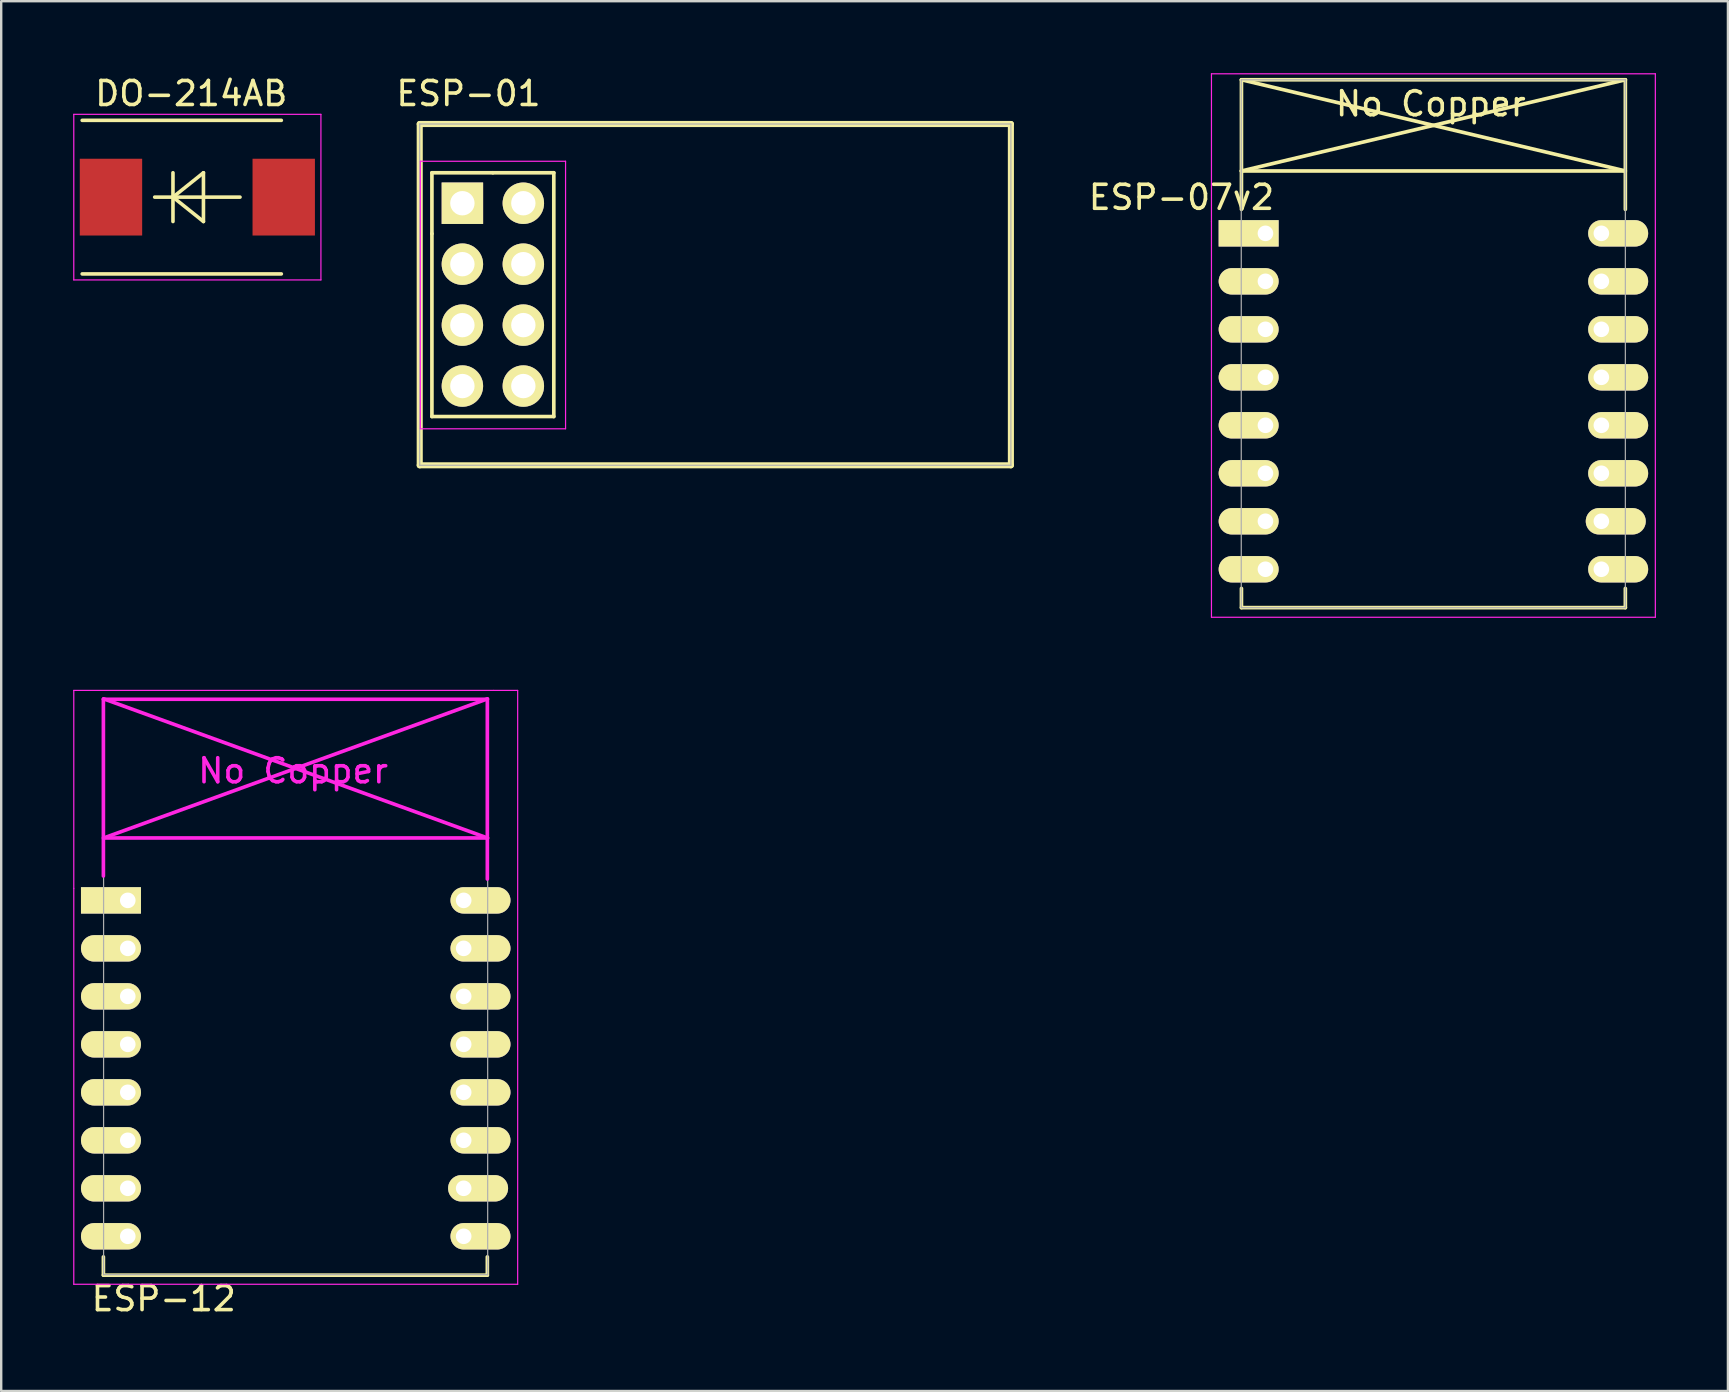
<source format=kicad_pcb>
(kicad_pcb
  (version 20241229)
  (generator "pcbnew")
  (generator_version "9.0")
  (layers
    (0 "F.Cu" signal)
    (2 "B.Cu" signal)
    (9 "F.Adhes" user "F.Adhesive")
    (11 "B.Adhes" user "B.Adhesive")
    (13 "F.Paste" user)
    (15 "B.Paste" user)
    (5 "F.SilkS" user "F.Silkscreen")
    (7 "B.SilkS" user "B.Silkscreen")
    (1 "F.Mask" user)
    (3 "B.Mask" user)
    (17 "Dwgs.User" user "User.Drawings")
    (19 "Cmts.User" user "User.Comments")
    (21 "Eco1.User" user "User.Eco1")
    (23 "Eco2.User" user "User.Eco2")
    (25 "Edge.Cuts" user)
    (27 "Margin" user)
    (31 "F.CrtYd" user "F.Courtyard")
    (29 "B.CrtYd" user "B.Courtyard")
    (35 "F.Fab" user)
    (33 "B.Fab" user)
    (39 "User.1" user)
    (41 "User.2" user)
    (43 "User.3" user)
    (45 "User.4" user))
  (footprint "ESP-01"
    (layer "F.Cu")
    (at 16.221 5.42)
    (property "Reference" "ESP-01" (at 0.254 -4.572 0) (layer "F.SilkS") (effects (font (size 1 1) (thickness 0.15))))
    (attr through_hole)
    (fp_line (start -1.778 -3.302) (end 22.86 -3.302) (stroke (width 0.254) (type solid)) (layer "F.SilkS"))
    (fp_line (start -1.778 10.922) (end -1.778 -3.302) (stroke (width 0.254) (type solid)) (layer "F.SilkS"))
    (fp_line (start -1.27 -1.27) (end -1.27 1.27) (stroke (width 0.152) (type solid)) (layer "F.SilkS"))
    (fp_line (start -1.27 1.27) (end -1.27 8.89) (stroke (width 0.152) (type solid)) (layer "F.SilkS"))
    (fp_line (start -1.27 8.89) (end 3.81 8.89) (stroke (width 0.152) (type solid)) (layer "F.SilkS"))
    (fp_line (start 1.27 -1.27) (end -1.27 -1.27) (stroke (width 0.152) (type solid)) (layer "F.SilkS"))
    (fp_line (start 3.81 -1.27) (end 1.27 -1.27) (stroke (width 0.152) (type solid)) (layer "F.SilkS"))
    (fp_line (start 3.81 8.89) (end 3.81 -1.27) (stroke (width 0.152) (type solid)) (layer "F.SilkS"))
    (fp_line (start 22.86 -3.302) (end 22.86 10.922) (stroke (width 0.254) (type solid)) (layer "F.SilkS"))
    (fp_line (start 22.86 10.922) (end -1.778 10.922) (stroke (width 0.254) (type solid)) (layer "F.SilkS"))
    (fp_line (start -1.75 -1.75) (end -1.75 9.4) (stroke (width 0.05) (type solid)) (layer "F.CrtYd"))
    (fp_line (start -1.75 -1.75) (end 4.3 -1.75) (stroke (width 0.05) (type solid)) (layer "F.CrtYd"))
    (fp_line (start -1.75 9.4) (end 4.3 9.4) (stroke (width 0.05) (type solid)) (layer "F.CrtYd"))
    (fp_line (start 4.3 -1.75) (end 4.3 9.4) (stroke (width 0.05) (type solid)) (layer "F.CrtYd"))
    (fp_line (start -1.778 -3.302) (end 22.86 -3.302) (stroke (width 0.05) (type solid)) (layer "F.Fab"))
    (fp_line (start -1.778 10.922) (end -1.778 -3.302) (stroke (width 0.05) (type solid)) (layer "F.Fab"))
    (fp_line (start 22.86 -3.302) (end 22.86 10.922) (stroke (width 0.05) (type solid)) (layer "F.Fab"))
    (fp_line (start 22.86 10.922) (end -1.778 10.922) (stroke (width 0.05) (type solid)) (layer "F.Fab"))
    (pad "1" thru_hole rect (at 0 0) (size 1.727 1.727) (drill 1.016) (layers "*.Cu" "*.Mask" "F.SilkS"))
    (pad "2" thru_hole oval (at 2.54 0) (size 1.727 1.727) (drill 1.016) (layers "*.Cu" "*.Mask" "F.SilkS"))
    (pad "3" thru_hole oval (at 0 2.54) (size 1.727 1.727) (drill 1.016) (layers "*.Cu" "*.Mask" "F.SilkS"))
    (pad "4" thru_hole oval (at 2.54 2.54) (size 1.727 1.727) (drill 1.016) (layers "*.Cu" "*.Mask" "F.SilkS"))
    (pad "5" thru_hole oval (at 0 5.08) (size 1.727 1.727) (drill 1.016) (layers "*.Cu" "*.Mask" "F.SilkS"))
    (pad "6" thru_hole oval (at 2.54 5.08) (size 1.727 1.727) (drill 1.016) (layers "*.Cu" "*.Mask" "F.SilkS"))
    (pad "7" thru_hole oval (at 0 7.62) (size 1.727 1.727) (drill 1.016) (layers "*.Cu" "*.Mask" "F.SilkS"))
    (pad "8" thru_hole oval (at 2.54 7.62) (size 1.727 1.727) (drill 1.016) (layers "*.Cu" "*.Mask" "F.SilkS")))
  (footprint "ESP-12"
    (layer "F.Cu")
    (at 2.275 34.475)
    (property "Reference" "ESP-12" (at 1.5 16.6 0) (layer "F.SilkS") (effects (font (size 1 1) (thickness 0.15))))
    (attr through_hole)
    (fp_line (start -1.016 14.859) (end -1.016 15.621) (stroke (width 0.152) (type solid)) (layer "F.SilkS"))
    (fp_line (start -1.016 15.621) (end 14.986 15.621) (stroke (width 0.152) (type solid)) (layer "F.SilkS"))
    (fp_line (start 14.986 15.621) (end 14.986 14.859) (stroke (width 0.152) (type solid)) (layer "F.SilkS"))
    (fp_line (start -2.25 -8.75) (end 15.25 -8.75) (stroke (width 0.05) (type solid)) (layer "F.CrtYd"))
    (fp_line (start -2.25 -0.5) (end -2.25 -8.75) (stroke (width 0.05) (type solid)) (layer "F.CrtYd"))
    (fp_line (start -2.25 16) (end -2.25 -0.5) (stroke (width 0.05) (type solid)) (layer "F.CrtYd"))
    (fp_line (start -1.016 -8.382) (end -1.016 -1.016) (stroke (width 0.152) (type solid)) (layer "F.CrtYd"))
    (fp_line (start -1.016 -8.382) (end 14.986 -8.382) (stroke (width 0.152) (type solid)) (layer "F.CrtYd"))
    (fp_line (start -1.008 -8.4) (end 14.992 -2.6) (stroke (width 0.152) (type solid)) (layer "F.CrtYd"))
    (fp_line (start -1.008 -2.6) (end 14.992 -2.6) (stroke (width 0.152) (type solid)) (layer "F.CrtYd"))
    (fp_line (start 14.986 -8.382) (end 14.986 -0.889) (stroke (width 0.152) (type solid)) (layer "F.CrtYd"))
    (fp_line (start 14.992 -8.4) (end -1.008 -2.6) (stroke (width 0.152) (type solid)) (layer "F.CrtYd"))
    (fp_line (start 15.25 -8.75) (end 16.25 -8.75) (stroke (width 0.05) (type solid)) (layer "F.CrtYd"))
    (fp_line (start 16.25 -8.75) (end 16.25 16) (stroke (width 0.05) (type solid)) (layer "F.CrtYd"))
    (fp_line (start 16.25 16) (end -2.25 16) (stroke (width 0.05) (type solid)) (layer "F.CrtYd"))
    (fp_line (start -1.008 -8.4) (end 14.992 -8.4) (stroke (width 0.05) (type solid)) (layer "F.Fab"))
    (fp_line (start -1.008 15.6) (end -1.008 -8.4) (stroke (width 0.05) (type solid)) (layer "F.Fab"))
    (fp_line (start 14.992 15.6) (end -1.008 15.6) (stroke (width 0.05) (type solid)) (layer "F.Fab"))
    (fp_line (start 15 -8.4) (end 15 15.6) (stroke (width 0.05) (type solid)) (layer "F.Fab"))
    (fp_text user "No Copper" (at 6.892 -5.4 0) (layer "F.CrtYd") (effects (font (size 1 1) (thickness 0.15))))
    (pad "1" thru_hole rect (at 0 0) (size 2.5 1.1) (drill 0.65 (offset -0.7 0)) (layers "*.Cu" "*.Mask" "F.SilkS"))
    (pad "2" thru_hole oval (at 0 2) (size 2.5 1.1) (drill 0.65 (offset -0.7 0)) (layers "*.Cu" "*.Mask" "F.SilkS"))
    (pad "3" thru_hole oval (at 0 4) (size 2.5 1.1) (drill 0.65 (offset -0.7 0)) (layers "*.Cu" "*.Mask" "F.SilkS"))
    (pad "4" thru_hole oval (at 0 6) (size 2.5 1.1) (drill 0.65 (offset -0.7 0)) (layers "*.Cu" "*.Mask" "F.SilkS"))
    (pad "5" thru_hole oval (at 0 8) (size 2.5 1.1) (drill 0.65 (offset -0.7 0)) (layers "*.Cu" "*.Mask" "F.SilkS"))
    (pad "6" thru_hole oval (at 0 10) (size 2.5 1.1) (drill 0.65 (offset -0.7 0)) (layers "*.Cu" "*.Mask" "F.SilkS"))
    (pad "7" thru_hole oval (at 0 12) (size 2.5 1.1) (drill 0.65 (offset -0.7 0)) (layers "*.Cu" "*.Mask" "F.SilkS"))
    (pad "8" thru_hole oval (at 0 14) (size 2.5 1.1) (drill 0.65 (offset -0.7 0)) (layers "*.Cu" "*.Mask" "F.SilkS"))
    (pad "9" thru_hole oval (at 14 14) (size 2.5 1.1) (drill 0.65 (offset 0.7 0)) (layers "*.Cu" "*.Mask" "F.SilkS"))
    (pad "10" thru_hole oval (at 14 12) (size 2.5 1.1) (drill 0.65 (offset 0.6 0)) (layers "*.Cu" "*.Mask" "F.SilkS"))
    (pad "11" thru_hole oval (at 14 10) (size 2.5 1.1) (drill 0.65 (offset 0.7 0)) (layers "*.Cu" "*.Mask" "F.SilkS"))
    (pad "12" thru_hole oval (at 14 8) (size 2.5 1.1) (drill 0.65 (offset 0.7 0)) (layers "*.Cu" "*.Mask" "F.SilkS"))
    (pad "13" thru_hole oval (at 14 6) (size 2.5 1.1) (drill 0.65 (offset 0.7 0)) (layers "*.Cu" "*.Mask" "F.SilkS"))
    (pad "14" thru_hole oval (at 14 4) (size 2.5 1.1) (drill 0.65 (offset 0.7 0)) (layers "*.Cu" "*.Mask" "F.SilkS"))
    (pad "15" thru_hole oval (at 14 2) (size 2.5 1.1) (drill 0.65 (offset 0.7 0)) (layers "*.Cu" "*.Mask" "F.SilkS"))
    (pad "16" thru_hole oval (at 14 0) (size 2.5 1.1) (drill 0.65 (offset 0.7 0)) (layers "*.Cu" "*.Mask" "F.SilkS")))
  (footprint "ESP-07v2"
    (layer "F.Cu")
    (at 49.69 6.675)
    (property "Reference" "ESP-07v2" (at -3.5 -1.5 0) (layer "F.SilkS") (effects (font (size 1 1) (thickness 0.15))))
    (attr through_hole)
    (fp_line (start -1.008 -2.6) (end 14.992 -2.6) (stroke (width 0.152) (type solid)) (layer "F.SilkS"))
    (fp_line (start -1 -6.4) (end -1 -1) (stroke (width 0.152) (type solid)) (layer "F.SilkS"))
    (fp_line (start -1 -6.4) (end 15 -6.4) (stroke (width 0.152) (type solid)) (layer "F.SilkS"))
    (fp_line (start -1 -6.4) (end 15 -2.6) (stroke (width 0.152) (type solid)) (layer "F.SilkS"))
    (fp_line (start -1 14.8) (end -1 15.6) (stroke (width 0.152) (type solid)) (layer "F.SilkS"))
    (fp_line (start -1 15.6) (end 15 15.6) (stroke (width 0.152) (type solid)) (layer "F.SilkS"))
    (fp_line (start 15 -6.4) (end -1 -2.6) (stroke (width 0.152) (type solid)) (layer "F.SilkS"))
    (fp_line (start 15 -6.4) (end 15 -1) (stroke (width 0.152) (type solid)) (layer "F.SilkS"))
    (fp_line (start 15 15.6) (end 15 14.8) (stroke (width 0.152) (type solid)) (layer "F.SilkS"))
    (fp_line (start -2.25 -6.65) (end 16.25 -6.65) (stroke (width 0.05) (type solid)) (layer "F.CrtYd"))
    (fp_line (start -2.25 -0.5) (end -2.25 -6.65) (stroke (width 0.05) (type solid)) (layer "F.CrtYd"))
    (fp_line (start -2.25 16) (end -2.25 -0.5) (stroke (width 0.05) (type solid)) (layer "F.CrtYd"))
    (fp_line (start 16.25 -6.65) (end 16.25 16) (stroke (width 0.05) (type solid)) (layer "F.CrtYd"))
    (fp_line (start 16.25 16) (end -2.25 16) (stroke (width 0.05) (type solid)) (layer "F.CrtYd"))
    (fp_line (start -1.008 15.6) (end -1.008 -6.4) (stroke (width 0.05) (type solid)) (layer "F.Fab"))
    (fp_line (start -1 -6.4) (end 15 -6.4) (stroke (width 0.05) (type solid)) (layer "F.Fab"))
    (fp_line (start 15 -6.4) (end 15 15.6) (stroke (width 0.05) (type solid)) (layer "F.Fab"))
    (fp_line (start 15 15.6) (end -1 15.6) (stroke (width 0.05) (type solid)) (layer "F.Fab"))
    (fp_text user "No Copper" (at 6.892 -5.4 0) (layer "F.SilkS") (effects (font (size 1 1) (thickness 0.15))))
    (pad "1" thru_hole rect (at 0 0) (size 2.5 1.1) (drill 0.65 (offset -0.7 0)) (layers "*.Cu" "*.Mask" "F.SilkS"))
    (pad "2" thru_hole oval (at 0 2) (size 2.5 1.1) (drill 0.65 (offset -0.7 0)) (layers "*.Cu" "*.Mask" "F.SilkS"))
    (pad "3" thru_hole oval (at 0 4) (size 2.5 1.1) (drill 0.65 (offset -0.7 0)) (layers "*.Cu" "*.Mask" "F.SilkS"))
    (pad "4" thru_hole oval (at 0 6) (size 2.5 1.1) (drill 0.65 (offset -0.7 0)) (layers "*.Cu" "*.Mask" "F.SilkS"))
    (pad "5" thru_hole oval (at 0 8) (size 2.5 1.1) (drill 0.65 (offset -0.7 0)) (layers "*.Cu" "*.Mask" "F.SilkS"))
    (pad "6" thru_hole oval (at 0 10) (size 2.5 1.1) (drill 0.65 (offset -0.7 0)) (layers "*.Cu" "*.Mask" "F.SilkS"))
    (pad "7" thru_hole oval (at 0 12) (size 2.5 1.1) (drill 0.65 (offset -0.7 0)) (layers "*.Cu" "*.Mask" "F.SilkS"))
    (pad "8" thru_hole oval (at 0 14) (size 2.5 1.1) (drill 0.65 (offset -0.7 0)) (layers "*.Cu" "*.Mask" "F.SilkS"))
    (pad "9" thru_hole oval (at 14 14) (size 2.5 1.1) (drill 0.65 (offset 0.7 0)) (layers "*.Cu" "*.Mask" "F.SilkS"))
    (pad "10" thru_hole oval (at 14 12) (size 2.5 1.1) (drill 0.65 (offset 0.6 0)) (layers "*.Cu" "*.Mask" "F.SilkS"))
    (pad "11" thru_hole oval (at 14 10) (size 2.5 1.1) (drill 0.65 (offset 0.7 0)) (layers "*.Cu" "*.Mask" "F.SilkS"))
    (pad "12" thru_hole oval (at 14 8) (size 2.5 1.1) (drill 0.65 (offset 0.7 0)) (layers "*.Cu" "*.Mask" "F.SilkS"))
    (pad "13" thru_hole oval (at 14 6) (size 2.5 1.1) (drill 0.65 (offset 0.7 0)) (layers "*.Cu" "*.Mask" "F.SilkS"))
    (pad "14" thru_hole oval (at 14 4) (size 2.5 1.1) (drill 0.65 (offset 0.7 0)) (layers "*.Cu" "*.Mask" "F.SilkS"))
    (pad "15" thru_hole oval (at 14 2) (size 2.5 1.1) (drill 0.65 (offset 0.7 0)) (layers "*.Cu" "*.Mask" "F.SilkS"))
    (pad "16" thru_hole oval (at 14 0) (size 2.5 1.1) (drill 0.65 (offset 0.7 0)) (layers "*.Cu" "*.Mask" "F.SilkS")))
  (footprint "DO-214AB"
    (layer "F.Cu")
    (at 5.175 5.166)
    (property "Reference" "DO-214AB" (at -0.254 -4.318 0) (layer "F.SilkS") (effects (font (size 1 1) (thickness 0.15))))
    (attr smd)
    (fp_line (start -4.8 -3.2) (end 3.5 -3.2) (stroke (width 0.15) (type solid)) (layer "F.SilkS"))
    (fp_line (start -1.016 -1.016) (end -1.016 1.016) (stroke (width 0.15) (type solid)) (layer "F.SilkS"))
    (fp_line (start -1.016 0) (end 0.254 -1.016) (stroke (width 0.15) (type solid)) (layer "F.SilkS"))
    (fp_line (start -1.016 0) (end 0.254 1.016) (stroke (width 0.15) (type solid)) (layer "F.SilkS"))
    (fp_line (start 0.254 -1.016) (end 0.254 1.016) (stroke (width 0.15) (type solid)) (layer "F.SilkS"))
    (fp_line (start 1.778 0) (end -1.778 0) (stroke (width 0.15) (type solid)) (layer "F.SilkS"))
    (fp_line (start 3.5 3.2) (end -4.8 3.2) (stroke (width 0.15) (type solid)) (layer "F.SilkS"))
    (fp_line (start -5.15 -3.45) (end 5.15 -3.45) (stroke (width 0.05) (type solid)) (layer "F.CrtYd"))
    (fp_line (start -5.15 3.45) (end -5.15 -3.45) (stroke (width 0.05) (type solid)) (layer "F.CrtYd"))
    (fp_line (start 5.15 -3.45) (end 5.15 3.45) (stroke (width 0.05) (type solid)) (layer "F.CrtYd"))
    (fp_line (start 5.15 3.45) (end -5.15 3.45) (stroke (width 0.05) (type solid)) (layer "F.CrtYd"))
    (pad "1" smd rect (at -3.6 0) (size 2.6 3.2) (layers "F.Cu" "F.Mask" "F.Paste"))
    (pad "2" smd rect (at 3.6 0) (size 2.6 3.2) (layers "F.Cu" "F.Mask" "F.Paste")))
  (gr_rect
    (start -3 -3)
    (end 68.965 54.923)
    (stroke (width 0.1) (type default))
    (fill no)
    (layer "Edge.Cuts")))
</source>
